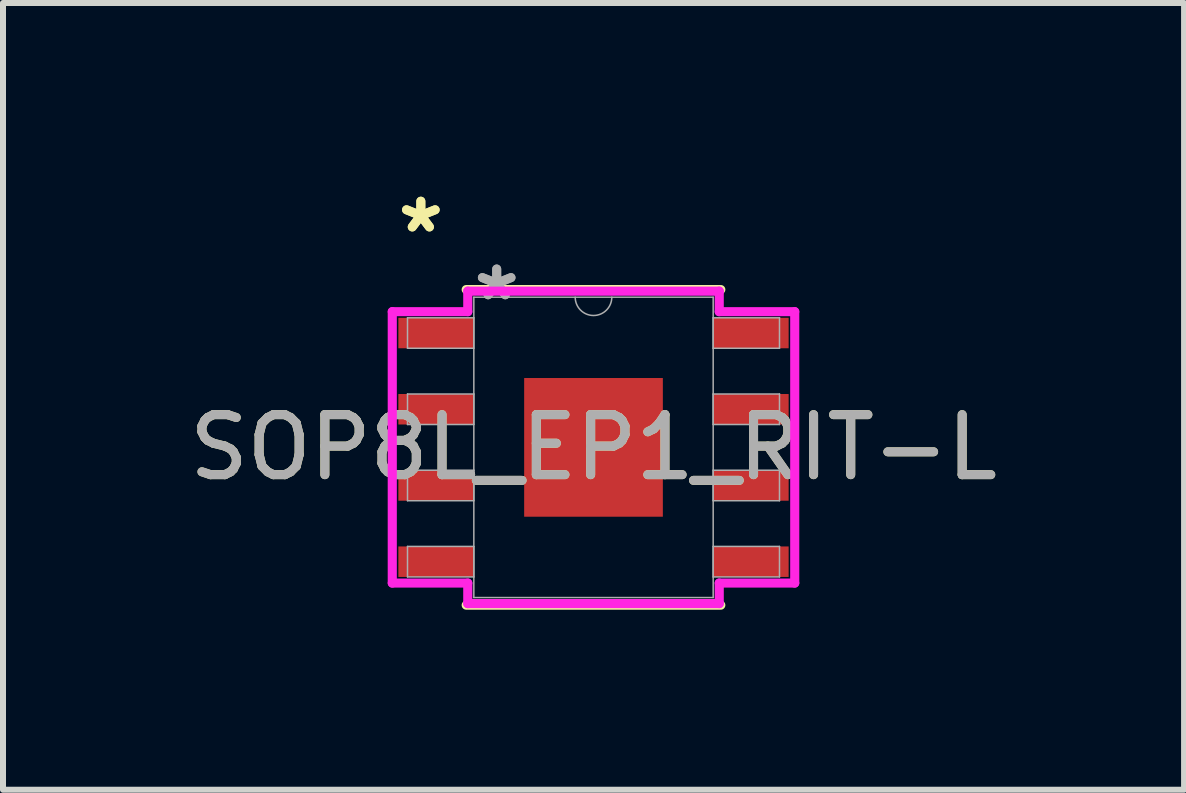
<source format=kicad_pcb>
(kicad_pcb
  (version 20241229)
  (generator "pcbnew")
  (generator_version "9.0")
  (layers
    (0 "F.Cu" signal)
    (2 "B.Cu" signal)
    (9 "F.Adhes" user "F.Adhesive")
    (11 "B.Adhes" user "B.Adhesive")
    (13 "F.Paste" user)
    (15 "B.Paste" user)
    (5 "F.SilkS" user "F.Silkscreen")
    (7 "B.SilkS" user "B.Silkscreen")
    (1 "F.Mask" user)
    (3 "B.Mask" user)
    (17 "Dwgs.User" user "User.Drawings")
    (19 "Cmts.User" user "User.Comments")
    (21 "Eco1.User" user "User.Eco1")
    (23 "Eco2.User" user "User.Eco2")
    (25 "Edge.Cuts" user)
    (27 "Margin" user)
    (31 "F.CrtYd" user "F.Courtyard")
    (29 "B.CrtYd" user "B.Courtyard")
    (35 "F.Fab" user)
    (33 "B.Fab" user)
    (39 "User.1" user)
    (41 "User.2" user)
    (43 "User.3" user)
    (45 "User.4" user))
  (footprint "SOP8L_EP1_RIT-L"
    (layer "F.Cu")
    (at 6.839 4.404)
    (property "Reference" "SOP8L_EP1_RIT-L" (at 0 0 0) (unlocked yes) (layer "F.SilkS") (effects (font (size 1 1) (thickness 0.15))))
    (attr smd)
    (fp_line (start -2.121 2.629) (end 2.121 2.629) (stroke (width 0.152) (type solid)) (layer "F.SilkS"))
    (fp_line (start 2.121 -2.629) (end -2.121 -2.629) (stroke (width 0.152) (type solid)) (layer "F.SilkS"))
    (fp_line (start -3.353 -2.261) (end -2.095 -2.261) (stroke (width 0.152) (type solid)) (layer "F.CrtYd"))
    (fp_line (start -3.353 2.261) (end -3.353 -2.261) (stroke (width 0.152) (type solid)) (layer "F.CrtYd"))
    (fp_line (start -3.353 2.261) (end -2.095 2.261) (stroke (width 0.152) (type solid)) (layer "F.CrtYd"))
    (fp_line (start -2.095 -2.603) (end 2.095 -2.603) (stroke (width 0.152) (type solid)) (layer "F.CrtYd"))
    (fp_line (start -2.095 -2.261) (end -2.095 -2.603) (stroke (width 0.152) (type solid)) (layer "F.CrtYd"))
    (fp_line (start -2.095 2.603) (end -2.095 2.261) (stroke (width 0.152) (type solid)) (layer "F.CrtYd"))
    (fp_line (start 2.095 -2.603) (end 2.095 -2.261) (stroke (width 0.152) (type solid)) (layer "F.CrtYd"))
    (fp_line (start 2.095 2.261) (end 2.095 2.603) (stroke (width 0.152) (type solid)) (layer "F.CrtYd"))
    (fp_line (start 2.095 2.603) (end -2.095 2.603) (stroke (width 0.152) (type solid)) (layer "F.CrtYd"))
    (fp_line (start 3.353 -2.261) (end 2.095 -2.261) (stroke (width 0.152) (type solid)) (layer "F.CrtYd"))
    (fp_line (start 3.353 -2.261) (end 3.353 2.261) (stroke (width 0.152) (type solid)) (layer "F.CrtYd"))
    (fp_line (start 3.353 2.261) (end 2.095 2.261) (stroke (width 0.152) (type solid)) (layer "F.CrtYd"))
    (fp_line (start -3.099 -2.159) (end -3.099 -1.651) (stroke (width 0.025) (type solid)) (layer "F.Fab"))
    (fp_line (start -3.099 -1.651) (end -1.994 -1.651) (stroke (width 0.025) (type solid)) (layer "F.Fab"))
    (fp_line (start -3.099 -0.889) (end -3.099 -0.381) (stroke (width 0.025) (type solid)) (layer "F.Fab"))
    (fp_line (start -3.099 -0.381) (end -1.994 -0.381) (stroke (width 0.025) (type solid)) (layer "F.Fab"))
    (fp_line (start -3.099 0.381) (end -3.099 0.889) (stroke (width 0.025) (type solid)) (layer "F.Fab"))
    (fp_line (start -3.099 0.889) (end -1.994 0.889) (stroke (width 0.025) (type solid)) (layer "F.Fab"))
    (fp_line (start -3.099 1.651) (end -3.099 2.159) (stroke (width 0.025) (type solid)) (layer "F.Fab"))
    (fp_line (start -3.099 2.159) (end -1.994 2.159) (stroke (width 0.025) (type solid)) (layer "F.Fab"))
    (fp_line (start -1.994 -2.502) (end -1.994 2.502) (stroke (width 0.025) (type solid)) (layer "F.Fab"))
    (fp_line (start -1.994 -2.159) (end -3.099 -2.159) (stroke (width 0.025) (type solid)) (layer "F.Fab"))
    (fp_line (start -1.994 -1.651) (end -1.994 -2.159) (stroke (width 0.025) (type solid)) (layer "F.Fab"))
    (fp_line (start -1.994 -0.889) (end -3.099 -0.889) (stroke (width 0.025) (type solid)) (layer "F.Fab"))
    (fp_line (start -1.994 -0.381) (end -1.994 -0.889) (stroke (width 0.025) (type solid)) (layer "F.Fab"))
    (fp_line (start -1.994 0.381) (end -3.099 0.381) (stroke (width 0.025) (type solid)) (layer "F.Fab"))
    (fp_line (start -1.994 0.889) (end -1.994 0.381) (stroke (width 0.025) (type solid)) (layer "F.Fab"))
    (fp_line (start -1.994 1.651) (end -3.099 1.651) (stroke (width 0.025) (type solid)) (layer "F.Fab"))
    (fp_line (start -1.994 2.159) (end -1.994 1.651) (stroke (width 0.025) (type solid)) (layer "F.Fab"))
    (fp_line (start -1.994 2.502) (end 1.994 2.502) (stroke (width 0.025) (type solid)) (layer "F.Fab"))
    (fp_line (start 1.994 -2.502) (end -1.994 -2.502) (stroke (width 0.025) (type solid)) (layer "F.Fab"))
    (fp_line (start 1.994 -2.159) (end 1.994 -1.651) (stroke (width 0.025) (type solid)) (layer "F.Fab"))
    (fp_line (start 1.994 -1.651) (end 3.099 -1.651) (stroke (width 0.025) (type solid)) (layer "F.Fab"))
    (fp_line (start 1.994 -0.889) (end 1.994 -0.381) (stroke (width 0.025) (type solid)) (layer "F.Fab"))
    (fp_line (start 1.994 -0.381) (end 3.099 -0.381) (stroke (width 0.025) (type solid)) (layer "F.Fab"))
    (fp_line (start 1.994 0.381) (end 1.994 0.889) (stroke (width 0.025) (type solid)) (layer "F.Fab"))
    (fp_line (start 1.994 0.889) (end 3.099 0.889) (stroke (width 0.025) (type solid)) (layer "F.Fab"))
    (fp_line (start 1.994 1.651) (end 1.994 2.159) (stroke (width 0.025) (type solid)) (layer "F.Fab"))
    (fp_line (start 1.994 2.159) (end 3.099 2.159) (stroke (width 0.025) (type solid)) (layer "F.Fab"))
    (fp_line (start 1.994 2.502) (end 1.994 -2.502) (stroke (width 0.025) (type solid)) (layer "F.Fab"))
    (fp_line (start 3.099 -2.159) (end 1.994 -2.159) (stroke (width 0.025) (type solid)) (layer "F.Fab"))
    (fp_line (start 3.099 -1.651) (end 3.099 -2.159) (stroke (width 0.025) (type solid)) (layer "F.Fab"))
    (fp_line (start 3.099 -0.889) (end 1.994 -0.889) (stroke (width 0.025) (type solid)) (layer "F.Fab"))
    (fp_line (start 3.099 -0.381) (end 3.099 -0.889) (stroke (width 0.025) (type solid)) (layer "F.Fab"))
    (fp_line (start 3.099 0.381) (end 1.994 0.381) (stroke (width 0.025) (type solid)) (layer "F.Fab"))
    (fp_line (start 3.099 0.889) (end 3.099 0.381) (stroke (width 0.025) (type solid)) (layer "F.Fab"))
    (fp_line (start 3.099 1.651) (end 1.994 1.651) (stroke (width 0.025) (type solid)) (layer "F.Fab"))
    (fp_line (start 3.099 2.159) (end 3.099 1.651) (stroke (width 0.025) (type solid)) (layer "F.Fab"))
    (fp_arc (start 0.3048 -2.5019) (mid 0 -2.1971) (end -0.3048 -2.5019) (stroke (width 0.0254) (type solid)) (layer "F.Fab"))
    (fp_text user "*" (at -2.877 -3.556 0) (unlocked yes) (layer "F.SilkS") (effects (font (size 1 1) (thickness 0.15))))
    (fp_text user "*" (at -2.877 -3.556 0) (layer "F.SilkS") (effects (font (size 1 1) (thickness 0.15))))
    (fp_text user "*" (at -1.613 -2.426 0) (unlocked yes) (layer "F.Fab") (effects (font (size 1 1) (thickness 0.15))))
    (fp_text user "*" (at -1.613 -2.426 0) (layer "F.Fab") (effects (font (size 1 1) (thickness 0.15))))
    (fp_text user "${REFERENCE}" (at 0 0 0) (unlocked yes) (layer "F.Fab") (effects (font (size 1 1) (thickness 0.15))))
    (pad "1" smd rect (at -2.623 -1.905) (size 1.257 0.508) (layers "F.Cu" "F.Mask" "F.Paste"))
    (pad "2" smd rect (at -2.623 -0.635) (size 1.257 0.508) (layers "F.Cu" "F.Mask" "F.Paste"))
    (pad "3" smd rect (at -2.623 0.635) (size 1.257 0.508) (layers "F.Cu" "F.Mask" "F.Paste"))
    (pad "4" smd rect (at -2.623 1.905) (size 1.257 0.508) (layers "F.Cu" "F.Mask" "F.Paste"))
    (pad "5" smd rect (at 2.623 1.905) (size 1.257 0.508) (layers "F.Cu" "F.Mask" "F.Paste"))
    (pad "6" smd rect (at 2.623 0.635) (size 1.257 0.508) (layers "F.Cu" "F.Mask" "F.Paste"))
    (pad "7" smd rect (at 2.623 -0.635) (size 1.257 0.508) (layers "F.Cu" "F.Mask" "F.Paste"))
    (pad "8" smd rect (at 2.623 -1.905) (size 1.257 0.508) (layers "F.Cu" "F.Mask" "F.Paste"))
    (pad "EPAD" smd rect (at 0 0) (size 2.311 2.311) (layers "F.Cu" "F.Mask" "F.Paste")))
  (gr_rect
    (start -3 -3)
    (end 16.679 10.109)
    (stroke (width 0.1) (type default))
    (fill no)
    (layer "Edge.Cuts")))
</source>
